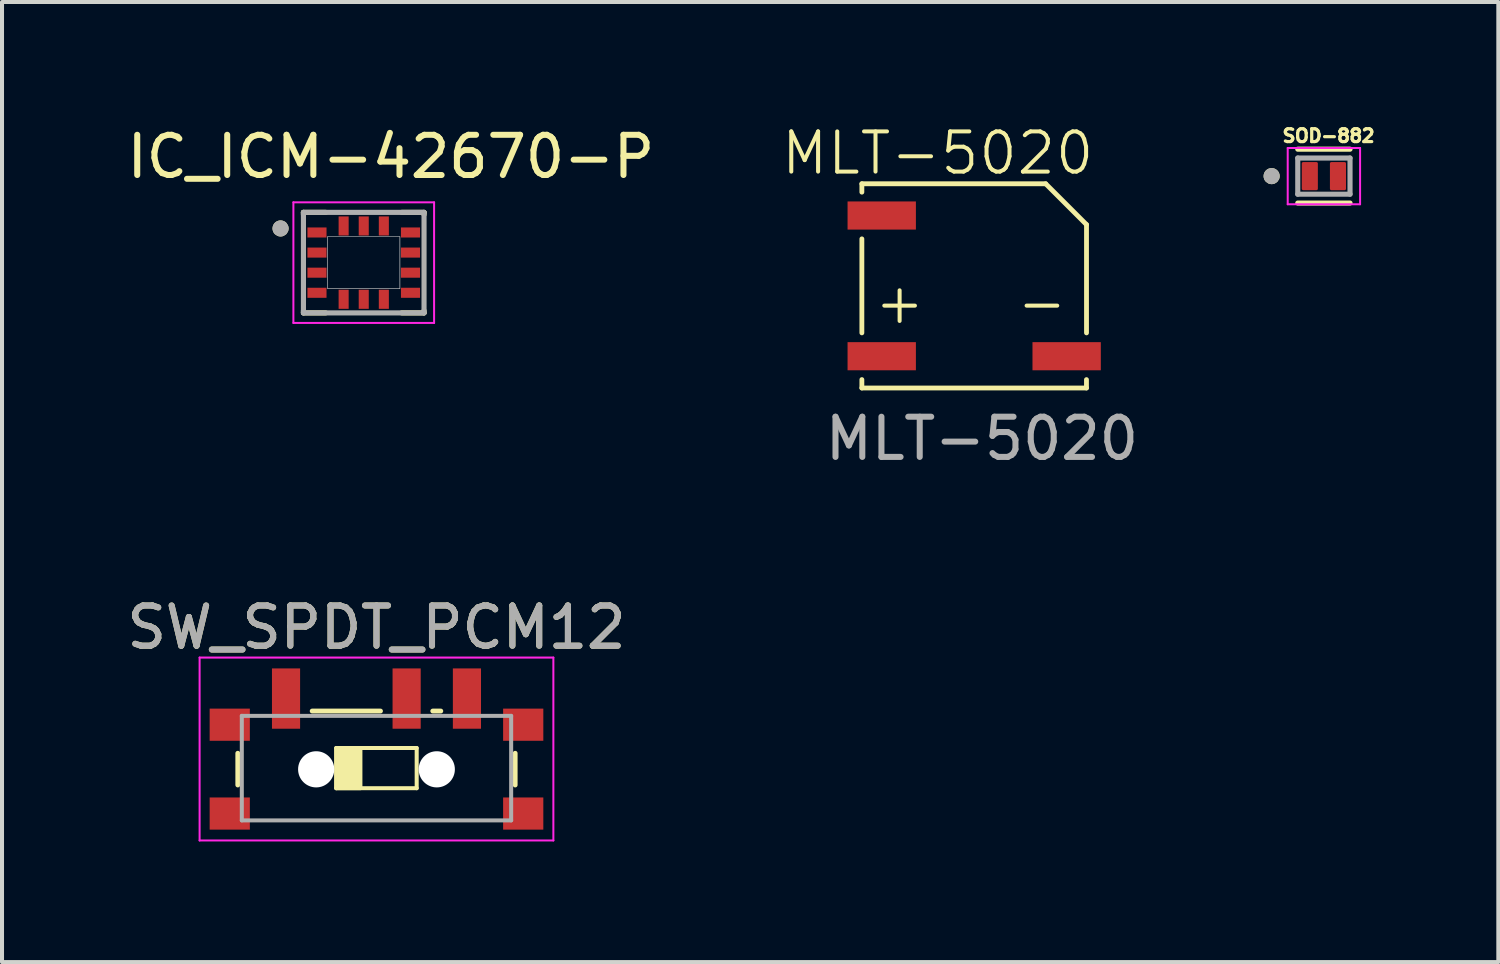
<source format=kicad_pcb>
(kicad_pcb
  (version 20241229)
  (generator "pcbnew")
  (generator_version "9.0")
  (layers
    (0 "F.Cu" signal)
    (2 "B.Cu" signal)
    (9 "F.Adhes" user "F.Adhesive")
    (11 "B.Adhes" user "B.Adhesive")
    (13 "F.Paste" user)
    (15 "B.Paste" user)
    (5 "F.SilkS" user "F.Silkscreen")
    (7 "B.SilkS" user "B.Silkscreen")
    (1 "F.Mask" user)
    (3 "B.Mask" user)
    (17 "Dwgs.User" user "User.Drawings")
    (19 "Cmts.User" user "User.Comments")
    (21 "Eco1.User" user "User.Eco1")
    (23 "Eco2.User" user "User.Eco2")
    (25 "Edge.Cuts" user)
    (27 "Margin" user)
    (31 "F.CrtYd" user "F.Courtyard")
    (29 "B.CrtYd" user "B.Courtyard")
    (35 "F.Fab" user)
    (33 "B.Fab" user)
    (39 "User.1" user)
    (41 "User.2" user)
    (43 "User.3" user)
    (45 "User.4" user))
  (footprint "IC_ICM-42670-P"
    (layer "F.Cu")
    (at 5.998 3.483)
    (property "Reference" "IC_ICM-42670-P" (at 0.675 -2.635 0) (layer "F.SilkS") (effects (font (size 1 1) (thickness 0.15))))
    (attr smd)
    (fp_poly (pts (xy -1.45 -0.925) (xy -0.875 -0.925) (xy -0.875 -0.575) (xy -1.45 -0.575)) (stroke (width 0.01) (type solid)) (fill yes) (layer "F.Mask"))
    (fp_poly (pts (xy -1.45 -0.425) (xy -0.875 -0.425) (xy -0.875 -0.075) (xy -1.45 -0.075)) (stroke (width 0.01) (type solid)) (fill yes) (layer "F.Mask"))
    (fp_poly (pts (xy -1.45 0.075) (xy -0.875 0.075) (xy -0.875 0.425) (xy -1.45 0.425)) (stroke (width 0.01) (type solid)) (fill yes) (layer "F.Mask"))
    (fp_poly (pts (xy -1.45 0.575) (xy -0.875 0.575) (xy -0.875 0.925) (xy -1.45 0.925)) (stroke (width 0.01) (type solid)) (fill yes) (layer "F.Mask"))
    (fp_poly (pts (xy -0.675 -1.2) (xy -0.325 -1.2) (xy -0.325 -0.625) (xy -0.675 -0.625)) (stroke (width 0.01) (type solid)) (fill yes) (layer "F.Mask"))
    (fp_poly (pts (xy -0.675 0.625) (xy -0.325 0.625) (xy -0.325 1.2) (xy -0.675 1.2)) (stroke (width 0.01) (type solid)) (fill yes) (layer "F.Mask"))
    (fp_poly (pts (xy -0.175 -1.2) (xy 0.175 -1.2) (xy 0.175 -0.625) (xy -0.175 -0.625)) (stroke (width 0.01) (type solid)) (fill yes) (layer "F.Mask"))
    (fp_poly (pts (xy -0.175 0.625) (xy 0.175 0.625) (xy 0.175 1.2) (xy -0.175 1.2)) (stroke (width 0.01) (type solid)) (fill yes) (layer "F.Mask"))
    (fp_poly (pts (xy 0.325 -1.2) (xy 0.675 -1.2) (xy 0.675 -0.625) (xy 0.325 -0.625)) (stroke (width 0.01) (type solid)) (fill yes) (layer "F.Mask"))
    (fp_poly (pts (xy 0.325 0.625) (xy 0.675 0.625) (xy 0.675 1.2) (xy 0.325 1.2)) (stroke (width 0.01) (type solid)) (fill yes) (layer "F.Mask"))
    (fp_poly (pts (xy 0.875 -0.925) (xy 1.45 -0.925) (xy 1.45 -0.575) (xy 0.875 -0.575)) (stroke (width 0.01) (type solid)) (fill yes) (layer "F.Mask"))
    (fp_poly (pts (xy 0.875 -0.425) (xy 1.45 -0.425) (xy 1.45 -0.075) (xy 0.875 -0.075)) (stroke (width 0.01) (type solid)) (fill yes) (layer "F.Mask"))
    (fp_poly (pts (xy 0.875 0.075) (xy 1.45 0.075) (xy 1.45 0.425) (xy 0.875 0.425)) (stroke (width 0.01) (type solid)) (fill yes) (layer "F.Mask"))
    (fp_poly (pts (xy 0.875 0.575) (xy 1.45 0.575) (xy 1.45 0.925) (xy 0.875 0.925)) (stroke (width 0.01) (type solid)) (fill yes) (layer "F.Mask"))
    (fp_line (start -1.5 -1.25) (end -1.5 -1.195) (stroke (width 0.127) (type solid)) (layer "F.SilkS"))
    (fp_line (start -1.5 -1.25) (end -0.945 -1.25) (stroke (width 0.127) (type solid)) (layer "F.SilkS"))
    (fp_line (start -1.5 1.25) (end -1.5 1.195) (stroke (width 0.127) (type solid)) (layer "F.SilkS"))
    (fp_line (start -0.945 1.25) (end -1.5 1.25) (stroke (width 0.127) (type solid)) (layer "F.SilkS"))
    (fp_line (start 0.945 -1.25) (end 1.5 -1.25) (stroke (width 0.127) (type solid)) (layer "F.SilkS"))
    (fp_line (start 1.5 -1.25) (end 1.5 -1.195) (stroke (width 0.127) (type solid)) (layer "F.SilkS"))
    (fp_line (start 1.5 1.25) (end 0.945 1.25) (stroke (width 0.127) (type solid)) (layer "F.SilkS"))
    (fp_line (start 1.5 1.25) (end 1.5 1.195) (stroke (width 0.127) (type solid)) (layer "F.SilkS"))
    (fp_circle (center -2.069 -0.85) (end -1.969 -0.85) (stroke (width 0.2) (type solid)) (fill no) (layer "F.SilkS"))
    (fp_poly (pts (xy -0.9 -0.65) (xy 0.9 -0.65) (xy 0.9 0.65) (xy -0.9 0.65)) (stroke (width 0.01) (type solid)) (fill no) (layer "Dwgs.User"))
    (fp_poly (pts (xy -0.9 -0.65) (xy 0.9 -0.65) (xy 0.9 0.65) (xy -0.9 0.65)) (stroke (width 0.01) (type solid)) (fill no) (layer "Dwgs.User"))
    (fp_line (start -1.75 -1.5) (end -1.75 1.5) (stroke (width 0.05) (type solid)) (layer "F.CrtYd"))
    (fp_line (start -1.75 1.5) (end 1.75 1.5) (stroke (width 0.05) (type solid)) (layer "F.CrtYd"))
    (fp_line (start 1.75 -1.5) (end -1.75 -1.5) (stroke (width 0.05) (type solid)) (layer "F.CrtYd"))
    (fp_line (start 1.75 1.5) (end 1.75 -1.5) (stroke (width 0.05) (type solid)) (layer "F.CrtYd"))
    (fp_line (start -1.5 -1.25) (end 1.5 -1.25) (stroke (width 0.127) (type solid)) (layer "F.Fab"))
    (fp_line (start -1.5 1.25) (end -1.5 -1.25) (stroke (width 0.127) (type solid)) (layer "F.Fab"))
    (fp_line (start 1.5 -1.25) (end 1.5 1.25) (stroke (width 0.127) (type solid)) (layer "F.Fab"))
    (fp_line (start 1.5 1.25) (end -1.5 1.25) (stroke (width 0.127) (type solid)) (layer "F.Fab"))
    (fp_circle (center -2.069 -0.85) (end -1.969 -0.85) (stroke (width 0.2) (type solid)) (fill no) (layer "F.Fab"))
    (pad "1" smd rect (at -1.163 -0.75) (size 0.475 0.25) (layers "F.Cu" "F.Paste"))
    (pad "2" smd rect (at -1.163 -0.25) (size 0.475 0.25) (layers "F.Cu" "F.Paste"))
    (pad "3" smd rect (at -1.163 0.25) (size 0.475 0.25) (layers "F.Cu" "F.Paste"))
    (pad "4" smd rect (at -1.163 0.75) (size 0.475 0.25) (layers "F.Cu" "F.Paste"))
    (pad "5" smd rect (at -0.5 0.912) (size 0.25 0.475) (layers "F.Cu" "F.Paste"))
    (pad "6" smd rect (at 0 0.912) (size 0.25 0.475) (layers "F.Cu" "F.Paste"))
    (pad "7" smd rect (at 0.5 0.912) (size 0.25 0.475) (layers "F.Cu" "F.Paste"))
    (pad "8" smd rect (at 1.163 0.75) (size 0.475 0.25) (layers "F.Cu" "F.Paste"))
    (pad "9" smd rect (at 1.163 0.25) (size 0.475 0.25) (layers "F.Cu" "F.Paste"))
    (pad "10" smd rect (at 1.163 -0.25) (size 0.475 0.25) (layers "F.Cu" "F.Paste"))
    (pad "11" smd rect (at 1.163 -0.75) (size 0.475 0.25) (layers "F.Cu" "F.Paste"))
    (pad "12" smd rect (at 0.5 -0.912) (size 0.25 0.475) (layers "F.Cu" "F.Paste"))
    (pad "13" smd rect (at 0 -0.912) (size 0.25 0.475) (layers "F.Cu" "F.Paste"))
    (pad "14" smd rect (at -0.5 -0.912) (size 0.25 0.475) (layers "F.Cu" "F.Paste")))
  (footprint "MLT-5020"
    (layer "F.Cu")
    (at 21.076 4.061)
    (property "Reference" "MLT-5020" (at -0.8 -3.3 0) (unlocked yes) (layer "F.SilkS") (effects (font (size 1 1) (thickness 0.1))))
    (attr smd)
    (fp_line (start -2.687 -2.54) (end 1.885 -2.54) (stroke (width 0.12) (type solid)) (layer "F.SilkS"))
    (fp_line (start -2.687 -2.331) (end -2.687 -2.54) (stroke (width 0.12) (type solid)) (layer "F.SilkS"))
    (fp_line (start -2.687 1.169) (end -2.687 -1.169) (stroke (width 0.12) (type solid)) (layer "F.SilkS"))
    (fp_line (start -2.687 2.54) (end -2.687 2.331) (stroke (width 0.12) (type solid)) (layer "F.SilkS"))
    (fp_line (start 1.885 -2.54) (end 2.901 -1.524) (stroke (width 0.12) (type solid)) (layer "F.SilkS"))
    (fp_line (start 2.9 2.332) (end 2.9 2.54) (stroke (width 0.12) (type solid)) (layer "F.SilkS"))
    (fp_line (start 2.9 2.54) (end -2.687 2.54) (stroke (width 0.12) (type solid)) (layer "F.SilkS"))
    (fp_line (start 2.901 -1.524) (end 2.901 1.169) (stroke (width 0.12) (type solid)) (layer "F.SilkS"))
    (fp_text user "+" (at -2.433 1 0) (unlocked yes) (layer "F.SilkS") (effects (font (size 1 1) (thickness 0.1)) (justify left bottom)))
    (fp_text user "-" (at 1.107 1 0) (unlocked yes) (layer "F.SilkS") (effects (font (size 1 1) (thickness 0.1)) (justify left bottom)))
    (fp_text user "${REFERENCE}" (at 0.3 3.8 0) (unlocked yes) (layer "F.Fab") (effects (font (size 1 1) (thickness 0.15))))
    (pad "1" smd rect (at -2.193 1.75) (size 1.7 0.7) (layers "F.Cu" "F.Mask" "F.Paste"))
    (pad "2" smd rect (at 2.407 1.75) (size 1.7 0.7) (layers "F.Cu" "F.Mask" "F.Paste"))
    (pad "3" smd rect (at -2.193 -1.75) (size 1.7 0.7) (layers "F.Cu" "F.Mask" "F.Paste")))
  (footprint "SW_SPDT_PCM12"
    (layer "F.Cu")
    (at 6.315 15.757)
    (property "Reference" "SW_SPDT_PCM12" (at 0 -3.2 0) (layer "F.SilkS") (effects (font (size 1 1) (thickness 0.15))))
    (attr smd)
    (fp_line (start -3.45 -0.07) (end -3.45 0.72) (stroke (width 0.12) (type solid)) (layer "F.SilkS"))
    (fp_line (start -1.6 -1.12) (end 0.1 -1.12) (stroke (width 0.12) (type solid)) (layer "F.SilkS"))
    (fp_line (start -1 -0.2) (end -1 0.8) (stroke (width 0.1) (type default)) (layer "F.SilkS"))
    (fp_line (start -1 0.8) (end 1 0.8) (stroke (width 0.1) (type default)) (layer "F.SilkS"))
    (fp_line (start 1 -0.2) (end -1 -0.2) (stroke (width 0.1) (type default)) (layer "F.SilkS"))
    (fp_line (start 1 0.8) (end 1 -0.2) (stroke (width 0.1) (type default)) (layer "F.SilkS"))
    (fp_line (start 1.4 -1.12) (end 1.6 -1.12) (stroke (width 0.12) (type solid)) (layer "F.SilkS"))
    (fp_line (start 3.45 0.72) (end 3.45 -0.07) (stroke (width 0.12) (type solid)) (layer "F.SilkS"))
    (fp_rect (start -1 -0.2) (end -0.4 0.8) (stroke (width 0.1) (type solid)) (fill yes) (layer "F.SilkS"))
    (fp_line (start -4.4 -2.45) (end 4.4 -2.45) (stroke (width 0.05) (type solid)) (layer "F.CrtYd"))
    (fp_line (start -4.4 2.1) (end -4.4 -2.45) (stroke (width 0.05) (type solid)) (layer "F.CrtYd"))
    (fp_line (start 4.4 -2.45) (end 4.4 2.1) (stroke (width 0.05) (type solid)) (layer "F.CrtYd"))
    (fp_line (start 4.4 2.1) (end -4.4 2.1) (stroke (width 0.05) (type solid)) (layer "F.CrtYd"))
    (fp_line (start -3.35 -1) (end -3.35 1.6) (stroke (width 0.1) (type solid)) (layer "F.Fab"))
    (fp_line (start -3.35 1.6) (end 3.35 1.6) (stroke (width 0.1) (type solid)) (layer "F.Fab"))
    (fp_line (start 3.35 -1) (end -3.35 -1) (stroke (width 0.1) (type solid)) (layer "F.Fab"))
    (fp_line (start 3.35 1.6) (end 3.35 -1) (stroke (width 0.1) (type solid)) (layer "F.Fab"))
    (fp_text user "${REFERENCE}" (at 0 -3.2 0) (layer "F.Fab") (effects (font (size 1 1) (thickness 0.15))))
    (pad "" smd rect (at -3.65 -0.78) (size 1 0.8) (layers "F.Cu" "F.Mask" "F.Paste"))
    (pad "" smd rect (at -3.65 1.43) (size 1 0.8) (layers "F.Cu" "F.Mask" "F.Paste"))
    (pad "" np_thru_hole circle (at -1.5 0.33) (size 0.9 0.9) (drill 0.9) (layers "*.Cu" "*.Mask"))
    (pad "" np_thru_hole circle (at 1.5 0.33) (size 0.9 0.9) (drill 0.9) (layers "*.Cu" "*.Mask"))
    (pad "" smd rect (at 3.65 -0.78) (size 1 0.8) (layers "F.Cu" "F.Mask" "F.Paste"))
    (pad "" smd rect (at 3.65 1.43) (size 1 0.8) (layers "F.Cu" "F.Mask" "F.Paste"))
    (pad "1" smd rect (at -2.25 -1.43) (size 0.7 1.5) (layers "F.Cu" "F.Mask" "F.Paste"))
    (pad "2" smd rect (at 0.75 -1.43) (size 0.7 1.5) (layers "F.Cu" "F.Mask" "F.Paste"))
    (pad "3" smd rect (at 2.25 -1.43) (size 0.7 1.5) (layers "F.Cu" "F.Mask" "F.Paste")))
  (footprint "SOD-882"
    (layer "F.Cu")
    (at 29.882 1.331)
    (property "Reference" "SOD-882" (at 0.116 -1.003 180) (layer "F.SilkS") (effects (font (size 0.32 0.32) (thickness 0.08))))
    (attr smd)
    (fp_poly (pts (xy -0.601 -0.4) (xy -0.1 -0.4) (xy -0.1 0.401) (xy -0.601 0.401)) (stroke (width 0.01) (type solid)) (fill yes) (layer "F.Mask"))
    (fp_poly (pts (xy 0.1 -0.4) (xy 0.6 -0.4) (xy 0.6 0.4) (xy 0.1 0.4)) (stroke (width 0.01) (type solid)) (fill yes) (layer "F.Mask"))
    (fp_line (start -0.65 -0.67) (end 0.65 -0.67) (stroke (width 0.127) (type solid)) (layer "F.SilkS"))
    (fp_line (start 0.65 0.67) (end -0.65 0.67) (stroke (width 0.127) (type solid)) (layer "F.SilkS"))
    (fp_circle (center -1.3 0) (end -1.2 0) (stroke (width 0.2) (type solid)) (fill no) (layer "F.SilkS"))
    (fp_poly (pts (xy -0.5 -0.3) (xy -0.2 -0.3) (xy -0.2 0.3) (xy -0.5 0.3)) (stroke (width 0.01) (type solid)) (fill yes) (layer "F.Paste"))
    (fp_poly (pts (xy 0.2 -0.3) (xy 0.5 -0.3) (xy 0.5 0.3) (xy 0.2 0.3)) (stroke (width 0.01) (type solid)) (fill yes) (layer "F.Paste"))
    (fp_line (start -0.9 -0.7) (end -0.9 0.7) (stroke (width 0.05) (type solid)) (layer "F.CrtYd"))
    (fp_line (start -0.9 0.7) (end 0.9 0.7) (stroke (width 0.05) (type solid)) (layer "F.CrtYd"))
    (fp_line (start 0.9 -0.7) (end -0.9 -0.7) (stroke (width 0.05) (type solid)) (layer "F.CrtYd"))
    (fp_line (start 0.9 0.7) (end 0.9 -0.7) (stroke (width 0.05) (type solid)) (layer "F.CrtYd"))
    (fp_line (start -0.65 -0.45) (end 0.65 -0.45) (stroke (width 0.127) (type solid)) (layer "F.Fab"))
    (fp_line (start -0.65 0.45) (end -0.65 -0.45) (stroke (width 0.127) (type solid)) (layer "F.Fab"))
    (fp_line (start 0.65 -0.45) (end 0.65 0.45) (stroke (width 0.127) (type solid)) (layer "F.Fab"))
    (fp_line (start 0.65 0.45) (end -0.65 0.45) (stroke (width 0.127) (type solid)) (layer "F.Fab"))
    (fp_circle (center -1.3 0) (end -1.2 0) (stroke (width 0.2) (type solid)) (fill no) (layer "F.Fab"))
    (pad "1" smd roundrect (at -0.35 0) (size 0.4 0.7) (layers "F.Cu") (roundrect_rratio 0.09))
    (pad "2" smd roundrect (at 0.35 0) (size 0.4 0.7) (layers "F.Cu") (roundrect_rratio 0.09)))
  (gr_rect
    (start -3 -3)
    (end 34.221 20.882)
    (stroke (width 0.1) (type default))
    (fill no)
    (layer "Edge.Cuts")))
</source>
